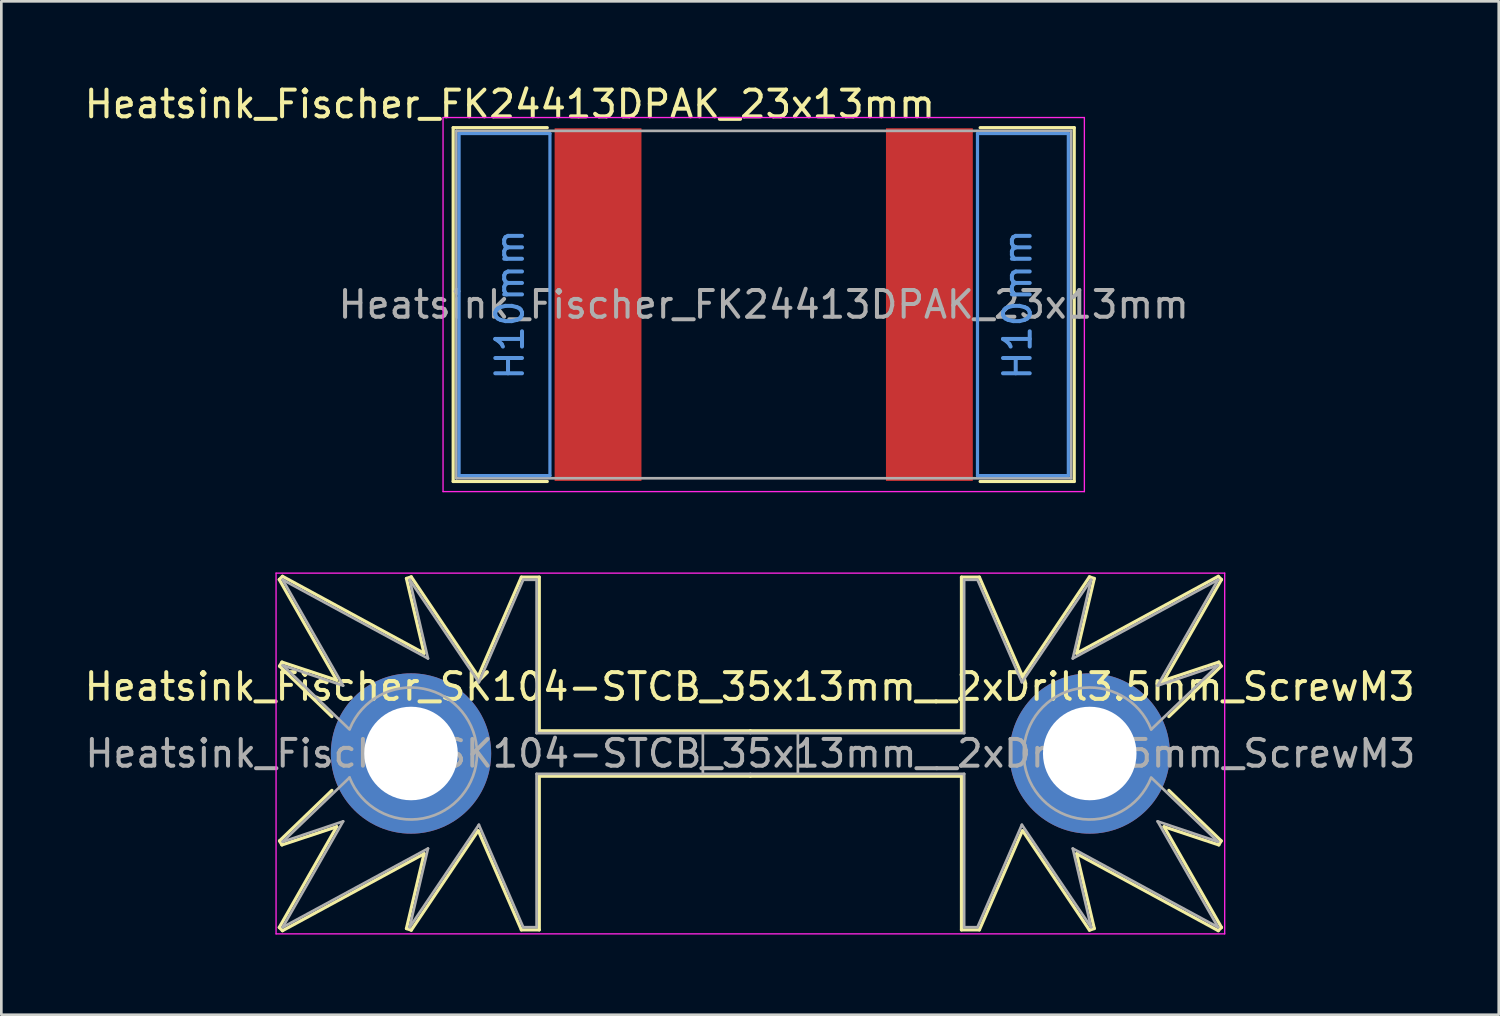
<source format=kicad_pcb>
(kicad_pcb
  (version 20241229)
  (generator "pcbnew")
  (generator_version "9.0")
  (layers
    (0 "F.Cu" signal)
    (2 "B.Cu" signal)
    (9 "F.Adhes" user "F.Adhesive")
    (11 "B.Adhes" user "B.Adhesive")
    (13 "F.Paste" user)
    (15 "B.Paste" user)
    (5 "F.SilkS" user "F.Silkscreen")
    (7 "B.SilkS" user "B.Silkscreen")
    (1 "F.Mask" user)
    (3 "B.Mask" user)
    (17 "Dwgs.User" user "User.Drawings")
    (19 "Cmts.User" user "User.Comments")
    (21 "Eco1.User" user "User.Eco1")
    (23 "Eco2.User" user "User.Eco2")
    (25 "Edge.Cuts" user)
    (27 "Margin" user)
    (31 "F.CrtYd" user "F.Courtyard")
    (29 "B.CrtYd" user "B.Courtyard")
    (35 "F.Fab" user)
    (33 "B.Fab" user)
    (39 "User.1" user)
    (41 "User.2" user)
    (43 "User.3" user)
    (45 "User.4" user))
  (footprint "Heatsink_Fischer_SK104-STCB_35x13mm__2xDrill3.5mm_ScrewM3"
    (layer "F.Cu")
    (at 25.031 25.148)
    (property "Reference" "Heatsink_Fischer_SK104-STCB_35x13mm__2xDrill3.5mm_ScrewM3" (at -0.025 -2.5 0) (layer "F.SilkS") (effects (font (size 1 1) (thickness 0.15))))
    (attr through_hole)
    (fp_line (start -17.63 -6.51) (end -15.48 -2.74) (stroke (width 0.12) (type solid)) (layer "F.SilkS"))
    (fp_line (start -17.63 6.51) (end -15.48 2.74) (stroke (width 0.12) (type solid)) (layer "F.SilkS"))
    (fp_line (start -17.62 -3.27) (end -15.66 -1.38) (stroke (width 0.12) (type solid)) (layer "F.SilkS"))
    (fp_line (start -17.62 3.27) (end -15.66 1.38) (stroke (width 0.12) (type solid)) (layer "F.SilkS"))
    (fp_line (start -17.53 -3.42) (end -17.62 -3.27) (stroke (width 0.12) (type solid)) (layer "F.SilkS"))
    (fp_line (start -17.53 3.42) (end -17.62 3.27) (stroke (width 0.12) (type solid)) (layer "F.SilkS"))
    (fp_line (start -17.51 -6.63) (end -17.63 -6.51) (stroke (width 0.12) (type solid)) (layer "F.SilkS"))
    (fp_line (start -17.51 6.63) (end -17.63 6.51) (stroke (width 0.12) (type solid)) (layer "F.SilkS"))
    (fp_line (start -15.48 -2.74) (end -17.53 -3.42) (stroke (width 0.12) (type solid)) (layer "F.SilkS"))
    (fp_line (start -15.48 2.74) (end -17.53 3.42) (stroke (width 0.12) (type solid)) (layer "F.SilkS"))
    (fp_line (start -12.87 -6.55) (end -12.21 -3.75) (stroke (width 0.12) (type solid)) (layer "F.SilkS"))
    (fp_line (start -12.87 6.55) (end -12.21 3.75) (stroke (width 0.12) (type solid)) (layer "F.SilkS"))
    (fp_line (start -12.69 -6.61) (end -12.87 -6.55) (stroke (width 0.12) (type solid)) (layer "F.SilkS"))
    (fp_line (start -12.69 6.61) (end -12.87 6.55) (stroke (width 0.12) (type solid)) (layer "F.SilkS"))
    (fp_line (start -12.21 -3.75) (end -17.51 -6.63) (stroke (width 0.12) (type solid)) (layer "F.SilkS"))
    (fp_line (start -12.21 3.75) (end -17.51 6.63) (stroke (width 0.12) (type solid)) (layer "F.SilkS"))
    (fp_line (start -10.19 -2.89) (end -12.69 -6.61) (stroke (width 0.12) (type solid)) (layer "F.SilkS"))
    (fp_line (start -10.19 2.89) (end -12.69 6.61) (stroke (width 0.12) (type solid)) (layer "F.SilkS"))
    (fp_line (start -8.57 -6.6) (end -10.18 -2.89) (stroke (width 0.12) (type solid)) (layer "F.SilkS"))
    (fp_line (start -8.57 6.6) (end -10.18 2.89) (stroke (width 0.12) (type solid)) (layer "F.SilkS"))
    (fp_line (start -7.9 -6.6) (end -8.57 -6.6) (stroke (width 0.12) (type solid)) (layer "F.SilkS"))
    (fp_line (start -7.9 -0.85) (end -7.9 -6.6) (stroke (width 0.12) (type solid)) (layer "F.SilkS"))
    (fp_line (start -7.9 0.85) (end -7.9 6.6) (stroke (width 0.12) (type solid)) (layer "F.SilkS"))
    (fp_line (start -7.9 6.6) (end -8.57 6.6) (stroke (width 0.12) (type solid)) (layer "F.SilkS"))
    (fp_line (start 0 -0.85) (end -7.9 -0.85) (stroke (width 0.12) (type solid)) (layer "F.SilkS"))
    (fp_line (start 0 -0.85) (end 7.9 -0.85) (stroke (width 0.12) (type solid)) (layer "F.SilkS"))
    (fp_line (start 0 0.85) (end -7.9 0.85) (stroke (width 0.12) (type solid)) (layer "F.SilkS"))
    (fp_line (start 0 0.85) (end 7.9 0.85) (stroke (width 0.12) (type solid)) (layer "F.SilkS"))
    (fp_line (start 7.9 -6.6) (end 8.57 -6.6) (stroke (width 0.12) (type solid)) (layer "F.SilkS"))
    (fp_line (start 7.9 -0.85) (end 7.9 -6.6) (stroke (width 0.12) (type solid)) (layer "F.SilkS"))
    (fp_line (start 7.9 0.85) (end 7.9 6.6) (stroke (width 0.12) (type solid)) (layer "F.SilkS"))
    (fp_line (start 7.9 6.6) (end 8.57 6.6) (stroke (width 0.12) (type solid)) (layer "F.SilkS"))
    (fp_line (start 8.57 -6.6) (end 10.18 -2.89) (stroke (width 0.12) (type solid)) (layer "F.SilkS"))
    (fp_line (start 8.57 6.6) (end 10.18 2.89) (stroke (width 0.12) (type solid)) (layer "F.SilkS"))
    (fp_line (start 10.19 -2.89) (end 12.69 -6.61) (stroke (width 0.12) (type solid)) (layer "F.SilkS"))
    (fp_line (start 10.19 2.89) (end 12.69 6.61) (stroke (width 0.12) (type solid)) (layer "F.SilkS"))
    (fp_line (start 12.21 -3.75) (end 17.51 -6.63) (stroke (width 0.12) (type solid)) (layer "F.SilkS"))
    (fp_line (start 12.21 3.75) (end 17.51 6.63) (stroke (width 0.12) (type solid)) (layer "F.SilkS"))
    (fp_line (start 12.69 -6.61) (end 12.87 -6.55) (stroke (width 0.12) (type solid)) (layer "F.SilkS"))
    (fp_line (start 12.69 6.61) (end 12.87 6.55) (stroke (width 0.12) (type solid)) (layer "F.SilkS"))
    (fp_line (start 12.87 -6.55) (end 12.21 -3.75) (stroke (width 0.12) (type solid)) (layer "F.SilkS"))
    (fp_line (start 12.87 6.55) (end 12.21 3.75) (stroke (width 0.12) (type solid)) (layer "F.SilkS"))
    (fp_line (start 15.48 -2.74) (end 17.53 -3.42) (stroke (width 0.12) (type solid)) (layer "F.SilkS"))
    (fp_line (start 15.48 2.74) (end 17.53 3.42) (stroke (width 0.12) (type solid)) (layer "F.SilkS"))
    (fp_line (start 17.51 -6.63) (end 17.63 -6.51) (stroke (width 0.12) (type solid)) (layer "F.SilkS"))
    (fp_line (start 17.51 6.63) (end 17.63 6.51) (stroke (width 0.12) (type solid)) (layer "F.SilkS"))
    (fp_line (start 17.53 -3.42) (end 17.62 -3.27) (stroke (width 0.12) (type solid)) (layer "F.SilkS"))
    (fp_line (start 17.53 3.42) (end 17.62 3.27) (stroke (width 0.12) (type solid)) (layer "F.SilkS"))
    (fp_line (start 17.62 -3.27) (end 15.66 -1.38) (stroke (width 0.12) (type solid)) (layer "F.SilkS"))
    (fp_line (start 17.62 3.27) (end 15.66 1.38) (stroke (width 0.12) (type solid)) (layer "F.SilkS"))
    (fp_line (start 17.63 -6.51) (end 15.48 -2.74) (stroke (width 0.12) (type solid)) (layer "F.SilkS"))
    (fp_line (start 17.63 6.51) (end 15.48 2.74) (stroke (width 0.12) (type solid)) (layer "F.SilkS"))
    (fp_line (start -17.75 -6.75) (end -17.75 6.75) (stroke (width 0.05) (type solid)) (layer "F.CrtYd"))
    (fp_line (start -17.75 -6.75) (end 17.75 -6.75) (stroke (width 0.05) (type solid)) (layer "F.CrtYd"))
    (fp_line (start 17.75 6.75) (end -17.75 6.75) (stroke (width 0.05) (type solid)) (layer "F.CrtYd"))
    (fp_line (start 17.75 6.75) (end 17.75 -6.75) (stroke (width 0.05) (type solid)) (layer "F.CrtYd"))
    (fp_line (start -17.5 -6.5) (end -15.24 -2.54) (stroke (width 0.1) (type solid)) (layer "F.Fab"))
    (fp_line (start -17.5 -6.5) (end -12.065 -3.556) (stroke (width 0.1) (type solid)) (layer "F.Fab"))
    (fp_line (start -17.5 -3.3) (end -15 -0.9) (stroke (width 0.1) (type solid)) (layer "F.Fab"))
    (fp_line (start -17.5 3.3) (end -15 0.9) (stroke (width 0.1) (type solid)) (layer "F.Fab"))
    (fp_line (start -17.5 6.5) (end -15.24 2.54) (stroke (width 0.1) (type solid)) (layer "F.Fab"))
    (fp_line (start -17.5 6.5) (end -12.065 3.556) (stroke (width 0.1) (type solid)) (layer "F.Fab"))
    (fp_line (start -15.24 -2.54) (end -17.5 -3.3) (stroke (width 0.1) (type solid)) (layer "F.Fab"))
    (fp_line (start -15.24 2.54) (end -17.5 3.3) (stroke (width 0.1) (type solid)) (layer "F.Fab"))
    (fp_line (start -12.065 -3.556) (end -12.75 -6.5) (stroke (width 0.1) (type solid)) (layer "F.Fab"))
    (fp_line (start -12.065 3.556) (end -12.75 6.5) (stroke (width 0.1) (type solid)) (layer "F.Fab"))
    (fp_line (start -10.16 -2.667) (end -12.75 -6.5) (stroke (width 0.1) (type solid)) (layer "F.Fab"))
    (fp_line (start -10.16 2.667) (end -12.75 6.5) (stroke (width 0.1) (type solid)) (layer "F.Fab"))
    (fp_line (start -8.5 -6.5) (end -10.16 -2.667) (stroke (width 0.1) (type solid)) (layer "F.Fab"))
    (fp_line (start -8.5 6.5) (end -10.16 2.667) (stroke (width 0.1) (type solid)) (layer "F.Fab"))
    (fp_line (start -8.001 -0.762) (end -8 -6.5) (stroke (width 0.1) (type solid)) (layer "F.Fab"))
    (fp_line (start -8.001 0.762) (end -8 6.5) (stroke (width 0.1) (type solid)) (layer "F.Fab"))
    (fp_line (start -8 -6.5) (end -8.5 -6.5) (stroke (width 0.1) (type solid)) (layer "F.Fab"))
    (fp_line (start -8 6.5) (end -8.5 6.5) (stroke (width 0.1) (type solid)) (layer "F.Fab"))
    (fp_line (start -1.778 0.762) (end -1.778 -0.762) (stroke (width 0.1) (type solid)) (layer "F.Fab"))
    (fp_line (start 0 -0.762) (end -8.001 -0.762) (stroke (width 0.1) (type solid)) (layer "F.Fab"))
    (fp_line (start 0 -0.762) (end 8.001 -0.762) (stroke (width 0.1) (type solid)) (layer "F.Fab"))
    (fp_line (start 0 0.762) (end -8.001 0.762) (stroke (width 0.1) (type solid)) (layer "F.Fab"))
    (fp_line (start 0 0.762) (end 8.001 0.762) (stroke (width 0.1) (type solid)) (layer "F.Fab"))
    (fp_line (start 1.778 -0.762) (end 1.778 0.762) (stroke (width 0.1) (type solid)) (layer "F.Fab"))
    (fp_line (start 8 -6.5) (end 8.5 -6.5) (stroke (width 0.1) (type solid)) (layer "F.Fab"))
    (fp_line (start 8 6.5) (end 8.5 6.5) (stroke (width 0.1) (type solid)) (layer "F.Fab"))
    (fp_line (start 8.001 -0.762) (end 8 -6.5) (stroke (width 0.1) (type solid)) (layer "F.Fab"))
    (fp_line (start 8.001 0.762) (end 8 6.5) (stroke (width 0.1) (type solid)) (layer "F.Fab"))
    (fp_line (start 8.5 -6.5) (end 10.16 -2.667) (stroke (width 0.1) (type solid)) (layer "F.Fab"))
    (fp_line (start 8.5 6.5) (end 10.16 2.667) (stroke (width 0.1) (type solid)) (layer "F.Fab"))
    (fp_line (start 10.16 -2.667) (end 12.75 -6.5) (stroke (width 0.1) (type solid)) (layer "F.Fab"))
    (fp_line (start 10.16 2.667) (end 12.75 6.5) (stroke (width 0.1) (type solid)) (layer "F.Fab"))
    (fp_line (start 12.065 -3.556) (end 12.75 -6.5) (stroke (width 0.1) (type solid)) (layer "F.Fab"))
    (fp_line (start 12.065 3.556) (end 12.75 6.5) (stroke (width 0.1) (type solid)) (layer "F.Fab"))
    (fp_line (start 15.24 -2.54) (end 17.5 -3.3) (stroke (width 0.1) (type solid)) (layer "F.Fab"))
    (fp_line (start 15.24 2.54) (end 17.5 3.3) (stroke (width 0.1) (type solid)) (layer "F.Fab"))
    (fp_line (start 17.5 -6.5) (end 12.065 -3.556) (stroke (width 0.1) (type solid)) (layer "F.Fab"))
    (fp_line (start 17.5 -6.5) (end 15.24 -2.54) (stroke (width 0.1) (type solid)) (layer "F.Fab"))
    (fp_line (start 17.5 -3.3) (end 15 -0.9) (stroke (width 0.1) (type solid)) (layer "F.Fab"))
    (fp_line (start 17.5 3.3) (end 15 0.9) (stroke (width 0.1) (type solid)) (layer "F.Fab"))
    (fp_line (start 17.5 6.5) (end 12.065 3.556) (stroke (width 0.1) (type solid)) (layer "F.Fab"))
    (fp_line (start 17.5 6.5) (end 15.24 2.54) (stroke (width 0.1) (type solid)) (layer "F.Fab"))
    (fp_arc (start -14.99272 -0.918387) (mid -10.230202 0.009888) (end -15 0.9) (stroke (width 0.1) (type solid)) (layer "F.Fab"))
    (fp_arc (start 14.99272 0.918387) (mid 10.230202 -0.009888) (end 15 -0.9) (stroke (width 0.1) (type solid)) (layer "F.Fab"))
    (fp_text user "${REFERENCE}" (at 0 0 0) (layer "F.Fab") (effects (font (size 1 1) (thickness 0.15))))
    (pad "1" thru_hole circle (at -12.7 0 180) (size 6 6) (drill 3.5) (layers "*.Cu" "*.Mask"))
    (pad "1" thru_hole circle (at 12.7 0) (size 6 6) (drill 3.5) (layers "*.Cu" "*.Mask")))
  (footprint "Heatsink_Fischer_FK24413DPAK_23x13mm"
    (layer "F.Cu")
    (at 25.53 8.348)
    (property "Reference" "Heatsink_Fischer_FK24413DPAK_23x13mm" (at -9.5 -7.5 180) (layer "F.SilkS") (effects (font (size 1 1) (thickness 0.15))))
    (attr smd)
    (fp_line (start -11.62 -6.62) (end -8.1 -6.62) (stroke (width 0.12) (type solid)) (layer "F.SilkS"))
    (fp_line (start -11.62 6.62) (end -11.62 -6.62) (stroke (width 0.12) (type solid)) (layer "F.SilkS"))
    (fp_line (start -11.62 6.62) (end -8.1 6.62) (stroke (width 0.12) (type solid)) (layer "F.SilkS"))
    (fp_line (start 8.1 -6.62) (end 11.62 -6.62) (stroke (width 0.12) (type solid)) (layer "F.SilkS"))
    (fp_line (start 8.1 6.62) (end 11.62 6.62) (stroke (width 0.12) (type solid)) (layer "F.SilkS"))
    (fp_line (start 11.62 -6.62) (end 11.62 6.62) (stroke (width 0.12) (type solid)) (layer "F.SilkS"))
    (fp_line (start -11.4 -6.4) (end -8 -6.4) (stroke (width 0.12) (type solid)) (layer "Cmts.User"))
    (fp_line (start -11.4 6.4) (end -11.4 -6.4) (stroke (width 0.12) (type solid)) (layer "Cmts.User"))
    (fp_line (start -8 -6.4) (end -8 6.4) (stroke (width 0.12) (type solid)) (layer "Cmts.User"))
    (fp_line (start -8 6.4) (end -11.4 6.4) (stroke (width 0.12) (type solid)) (layer "Cmts.User"))
    (fp_line (start 8 6.4) (end 8 -6.4) (stroke (width 0.12) (type solid)) (layer "Cmts.User"))
    (fp_line (start 8 6.4) (end 11.4 6.4) (stroke (width 0.12) (type solid)) (layer "Cmts.User"))
    (fp_line (start 11.4 -6.4) (end 8 -6.4) (stroke (width 0.12) (type solid)) (layer "Cmts.User"))
    (fp_line (start 11.4 6.4) (end 11.4 -6.4) (stroke (width 0.12) (type solid)) (layer "Cmts.User"))
    (fp_line (start -12 -7) (end -12 7) (stroke (width 0.05) (type solid)) (layer "F.CrtYd"))
    (fp_line (start -12 -7) (end 12 -7) (stroke (width 0.05) (type solid)) (layer "F.CrtYd"))
    (fp_line (start 12 7) (end -12 7) (stroke (width 0.05) (type solid)) (layer "F.CrtYd"))
    (fp_line (start 12 7) (end 12 -7) (stroke (width 0.05) (type solid)) (layer "F.CrtYd"))
    (fp_line (start -11.5 -6.5) (end 11.5 -6.5) (stroke (width 0.1) (type solid)) (layer "F.Fab"))
    (fp_line (start -11.5 6.5) (end -11.5 -6.5) (stroke (width 0.1) (type solid)) (layer "F.Fab"))
    (fp_line (start 11.5 -6.5) (end 11.5 6.5) (stroke (width 0.1) (type solid)) (layer "F.Fab"))
    (fp_line (start 11.5 6.5) (end -11.5 6.5) (stroke (width 0.1) (type solid)) (layer "F.Fab"))
    (fp_text user "H10mm" (at -9.5 0 90) (layer "Cmts.User") (effects (font (size 1 1) (thickness 0.15))))
    (fp_text user "H10mm" (at 9.5 0 90) (layer "Cmts.User") (effects (font (size 1 1) (thickness 0.15))))
    (fp_text user "${REFERENCE}" (at 0 0 0) (layer "F.Fab") (effects (font (size 1 1) (thickness 0.15))))
    (pad "1" smd rect (at -6.2 0 180) (size 3.25 13.2) (layers "F.Cu" "F.Mask" "F.Paste"))
    (pad "1" smd rect (at 6.2 0) (size 3.25 13.2) (layers "F.Cu" "F.Mask" "F.Paste")))
  (gr_rect
    (start -3 -3)
    (end 53.037 34.923)
    (stroke (width 0.1) (type default))
    (fill no)
    (layer "Edge.Cuts")))
</source>
